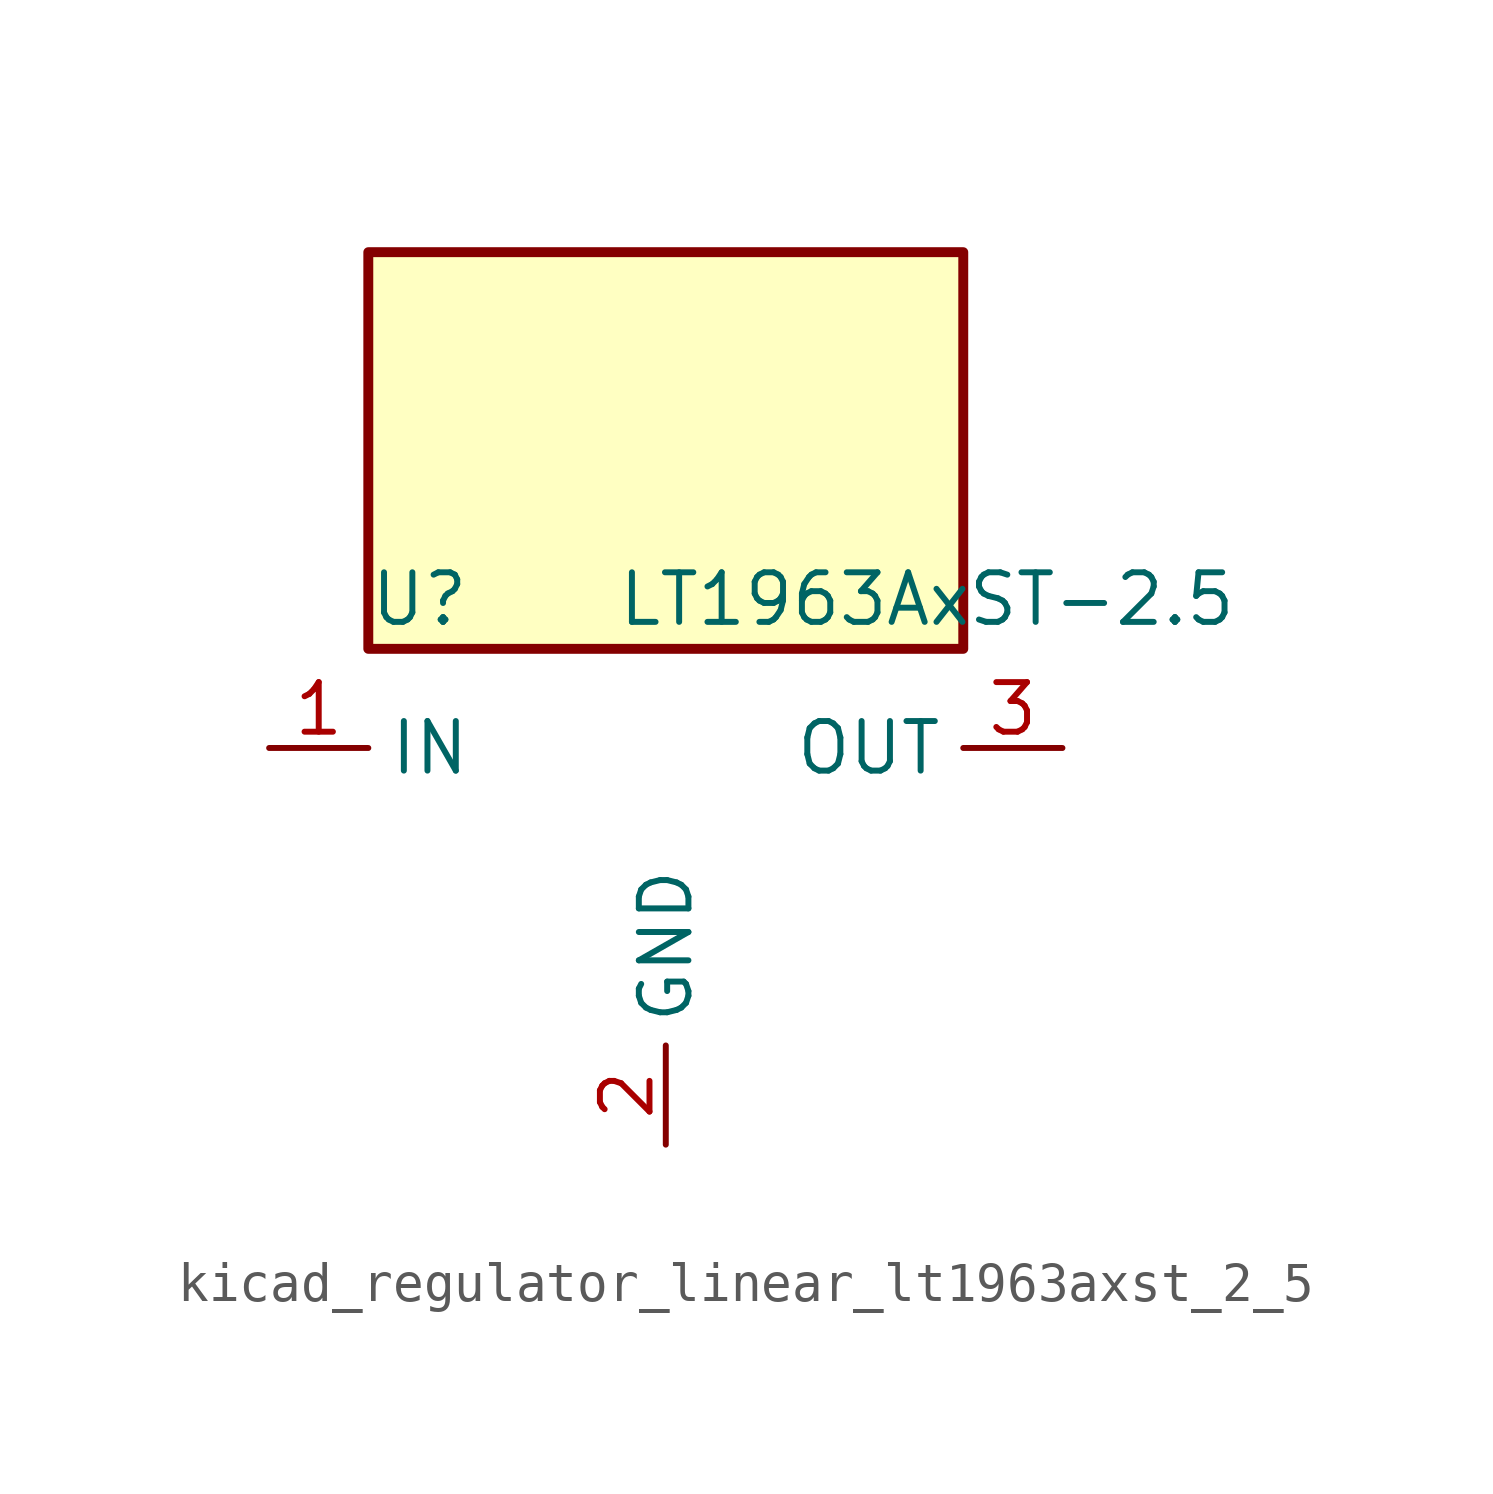
<source format=kicad_sym>
(kicad_symbol_lib
  (version 20220914)
  (generator kicad_symbol_editor)
  (symbol "kicad_regulator_linear_lt1963axst_2_5"
    (property "Reference" "U"
      (at -7.62 6.35 0)
      (effects (font (size 1.27 1.27)) (justify left)))
    (property "Value" "LT1963AxST-2.5"
      (at -1.27 6.35 0)
      (effects (font (size 1.27 1.27)) (justify left)))
    (symbol "kicad_regulator_linear_lt1963axst_2_5_0_1"
      (rectangle (start 7.62 15.24) (end -7.62 5.08) (stroke (width 0.254) (type default)) (fill (type background))))
    (symbol "kicad_regulator_linear_lt1963axst_2_5_1_1"
      (pin power_in line (at -10.16 2.54 0) (length 2.54) (name "IN" (effects (font (size 1.27 1.27)))) (number "1" (effects (font (size 1.27 1.27)))))
      (pin power_in line (at 0 -7.62 90) (length 2.54) (name "GND" (effects (font (size 1.27 1.27)))) (number "2" (effects (font (size 1.27 1.27)))))
      (pin power_out line (at 10.16 2.54 180) (length 2.54) (name "OUT" (effects (font (size 1.27 1.27)))) (number "3" (effects (font (size 1.27 1.27))))))))
</source>
